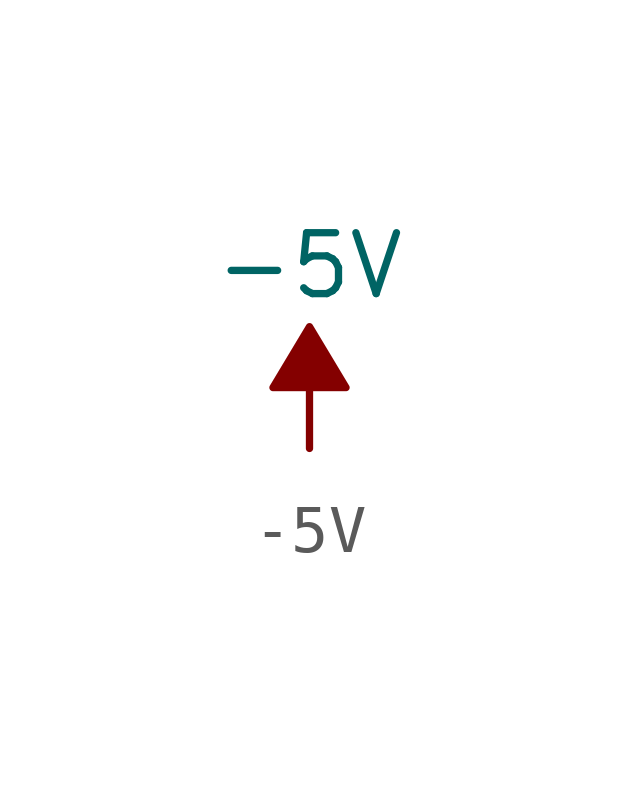
<source format=kicad_sym>
(kicad_symbol_lib
  (version 20211014)
  (generator kicad_symbol_editor)
  (symbol "power1:-5V"
    (power)
    (pin_names
      (offset 0))
    (property "Reference" "#PWR"
      (at 0 2.54 0)
      (effects (font (size 1.27 1.27)) hide))
    (property "Value" "-5V"
      (at 0 3.81 0)
      (effects (font (size 1.27 1.27))))
    (symbol "-5V_0_0"
      (pin power_in line (at 0 0 90) (length 0) hide (name "-5V" (effects (font (size 1.27 1.27)))) (number "1" (effects (font (size 1.27 1.27))))))
    (symbol "-5V_0_1"
      (polyline (pts (xy 0 0) (xy 0 1.27) (xy 0.762 1.27) (xy 0 2.54) (xy -0.762 1.27) (xy 0 1.27)) (stroke (width 0) (type default) (color 0 0 0 0)) (fill (type outline))))))
</source>
